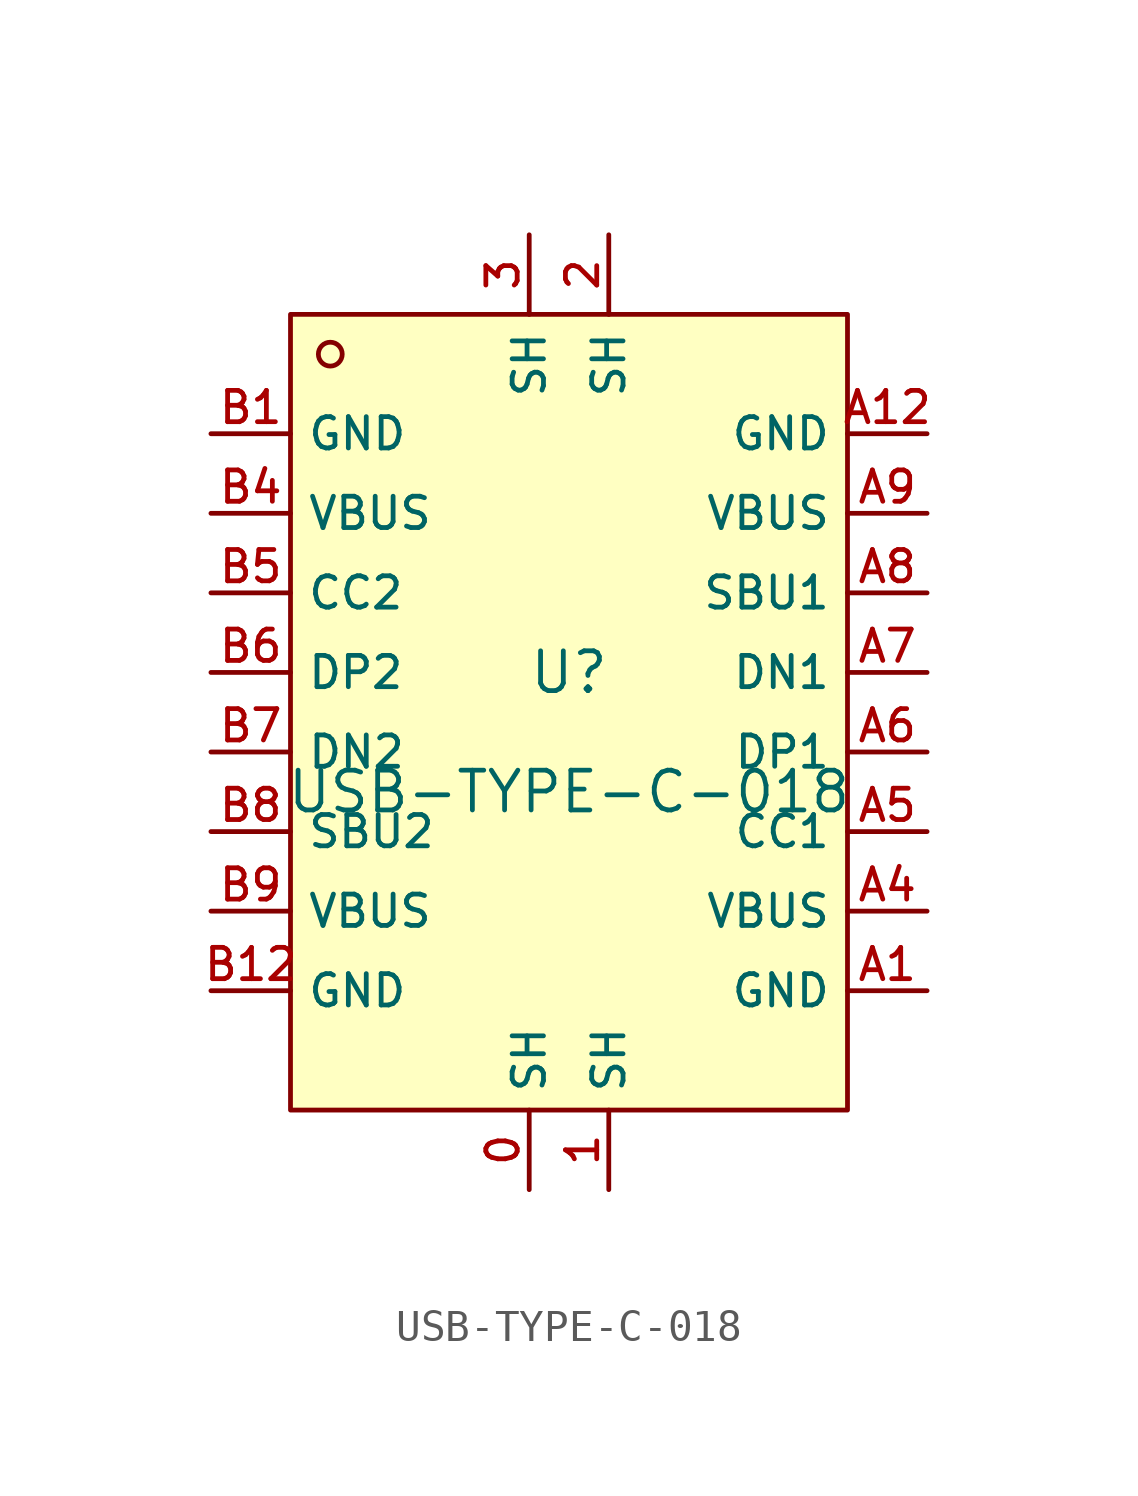
<source format=kicad_sym>
(kicad_symbol_lib
  (version 20231120)
  (generator "kicad_symbol_editor")
  (generator_version "8.0")
  (symbol "USB-TYPE-C-018"
    (property "Reference" "U"
      (at 0 1.27 0)
      (effects (font (size 1.27 1.27))))
    (property "Value" "USB-TYPE-C-018"
      (at 0 -2.54 0)
      (effects (font (size 1.27 1.27))))
    (symbol "USB-TYPE-C-018_0_1"
      (rectangle (start -8.89 12.7) (end 8.89 -12.7) (stroke (width 0) (type default)) (fill (type background)))
      (circle (center -7.62 11.43) (radius 0.381) (stroke (width 0) (type default)) (fill (type background)))
      (pin unspecified line (at -1.27 -15.24 90) (length 2.54) (name "SH" (effects (font (size 1 1)))) (number "0" (effects (font (size 1 1)))))
      (pin unspecified line (at 1.27 15.24 270) (length 2.54) (name "SH" (effects (font (size 1 1)))) (number "2" (effects (font (size 1 1)))))
      (pin unspecified line (at -1.27 15.24 270) (length 2.54) (name "SH" (effects (font (size 1 1)))) (number "3" (effects (font (size 1 1)))))
      (pin unspecified line (at 11.43 -8.89 180) (length 2.54) (name "GND" (effects (font (size 1 1)))) (number "A1" (effects (font (size 1 1)))))
      (pin unspecified line (at 11.43 8.89 180) (length 2.54) (name "GND" (effects (font (size 1 1)))) (number "A12" (effects (font (size 1 1)))))
      (pin unspecified line (at 11.43 -6.35 180) (length 2.54) (name "VBUS" (effects (font (size 1 1)))) (number "A4" (effects (font (size 1 1)))))
      (pin unspecified line (at 11.43 -3.81 180) (length 2.54) (name "CC1" (effects (font (size 1 1)))) (number "A5" (effects (font (size 1 1)))))
      (pin unspecified line (at 11.43 -1.27 180) (length 2.54) (name "DP1" (effects (font (size 1 1)))) (number "A6" (effects (font (size 1 1)))))
      (pin unspecified line (at 11.43 1.27 180) (length 2.54) (name "DN1" (effects (font (size 1 1)))) (number "A7" (effects (font (size 1 1)))))
      (pin unspecified line (at 11.43 3.81 180) (length 2.54) (name "SBU1" (effects (font (size 1 1)))) (number "A8" (effects (font (size 1 1)))))
      (pin unspecified line (at 11.43 6.35 180) (length 2.54) (name "VBUS" (effects (font (size 1 1)))) (number "A9" (effects (font (size 1 1)))))
      (pin unspecified line (at -11.43 8.89 0) (length 2.54) (name "GND" (effects (font (size 1 1)))) (number "B1" (effects (font (size 1 1)))))
      (pin unspecified line (at -11.43 -8.89 0) (length 2.54) (name "GND" (effects (font (size 1 1)))) (number "B12" (effects (font (size 1 1)))))
      (pin unspecified line (at -11.43 6.35 0) (length 2.54) (name "VBUS" (effects (font (size 1 1)))) (number "B4" (effects (font (size 1 1)))))
      (pin unspecified line (at -11.43 3.81 0) (length 2.54) (name "CC2" (effects (font (size 1 1)))) (number "B5" (effects (font (size 1 1)))))
      (pin unspecified line (at -11.43 1.27 0) (length 2.54) (name "DP2" (effects (font (size 1 1)))) (number "B6" (effects (font (size 1 1)))))
      (pin unspecified line (at -11.43 -1.27 0) (length 2.54) (name "DN2" (effects (font (size 1 1)))) (number "B7" (effects (font (size 1 1)))))
      (pin unspecified line (at -11.43 -3.81 0) (length 2.54) (name "SBU2" (effects (font (size 1 1)))) (number "B8" (effects (font (size 1 1)))))
      (pin unspecified line (at -11.43 -6.35 0) (length 2.54) (name "VBUS" (effects (font (size 1 1)))) (number "B9" (effects (font (size 1 1))))))
    (symbol "USB-TYPE-C-018_1_1"
      (pin unspecified line (at 1.27 -15.24 90) (length 2.54) (name "SH" (effects (font (size 1 1)))) (number "1" (effects (font (size 1 1))))))))
</source>
